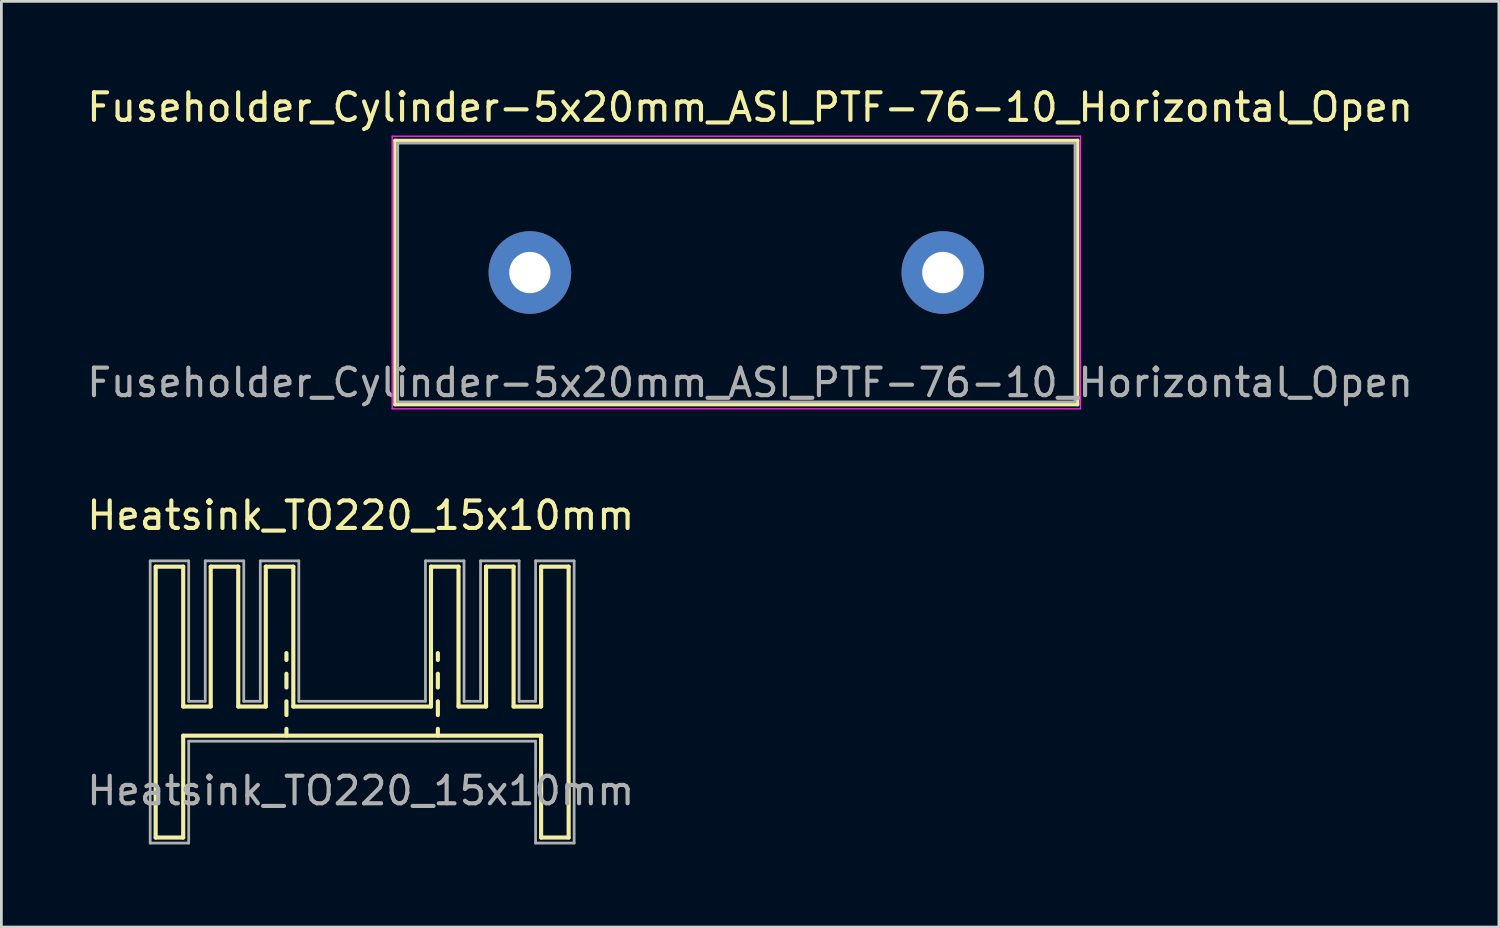
<source format=kicad_pcb>
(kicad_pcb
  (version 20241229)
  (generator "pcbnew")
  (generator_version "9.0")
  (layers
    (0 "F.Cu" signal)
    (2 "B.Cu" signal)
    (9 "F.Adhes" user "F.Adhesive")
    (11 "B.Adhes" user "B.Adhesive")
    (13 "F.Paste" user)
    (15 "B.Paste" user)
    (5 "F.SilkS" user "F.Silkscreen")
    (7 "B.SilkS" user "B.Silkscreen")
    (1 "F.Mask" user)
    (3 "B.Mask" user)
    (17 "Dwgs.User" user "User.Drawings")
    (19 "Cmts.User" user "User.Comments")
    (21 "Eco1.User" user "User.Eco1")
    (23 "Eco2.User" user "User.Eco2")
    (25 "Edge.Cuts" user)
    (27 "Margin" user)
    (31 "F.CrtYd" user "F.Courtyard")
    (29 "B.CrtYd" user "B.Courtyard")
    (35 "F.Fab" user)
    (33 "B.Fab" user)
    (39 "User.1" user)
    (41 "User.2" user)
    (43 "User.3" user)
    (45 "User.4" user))
  (footprint "Heatsink_TO220_15x10mm"
    (layer "F.Cu")
    (at 10.054 23.672)
    (property "Reference" "Heatsink_TO220_15x10mm" (at 0 -8 0) (layer "F.SilkS") (effects (font (size 1 1) (thickness 0.15))))
    (attr through_hole)
    (fp_line (start -7.45 -6.14) (end -7.45 3.7) (stroke (width 0.15) (type solid)) (layer "F.SilkS"))
    (fp_line (start -7.45 -6.14) (end -6.45 -6.14) (stroke (width 0.15) (type solid)) (layer "F.SilkS"))
    (fp_line (start -7.45 3.7) (end -6.45 3.7) (stroke (width 0.15) (type solid)) (layer "F.SilkS"))
    (fp_line (start -6.45 -6.14) (end -6.45 -1.06) (stroke (width 0.15) (type solid)) (layer "F.SilkS"))
    (fp_line (start -6.45 -1.06) (end -5.45 -1.06) (stroke (width 0.15) (type solid)) (layer "F.SilkS"))
    (fp_line (start -6.45 0) (end -6.45 3.7) (stroke (width 0.15) (type solid)) (layer "F.SilkS"))
    (fp_line (start -6.45 0) (end 6.55 0) (stroke (width 0.15) (type solid)) (layer "F.SilkS"))
    (fp_line (start -5.45 -6.14) (end -5.45 -1.06) (stroke (width 0.15) (type solid)) (layer "F.SilkS"))
    (fp_line (start -5.45 -6.14) (end -4.45 -6.14) (stroke (width 0.15) (type solid)) (layer "F.SilkS"))
    (fp_line (start -4.45 -6.14) (end -4.45 -1.06) (stroke (width 0.15) (type solid)) (layer "F.SilkS"))
    (fp_line (start -4.45 -1.06) (end -3.45 -1.06) (stroke (width 0.15) (type solid)) (layer "F.SilkS"))
    (fp_line (start -3.45 -6.14) (end -3.45 -1.06) (stroke (width 0.15) (type solid)) (layer "F.SilkS"))
    (fp_line (start -3.45 -6.14) (end -2.45 -6.14) (stroke (width 0.15) (type solid)) (layer "F.SilkS"))
    (fp_line (start -2.7 -2.75) (end -2.7 -3) (stroke (width 0.15) (type solid)) (layer "F.SilkS"))
    (fp_line (start -2.7 -2.25) (end -2.7 -1.75) (stroke (width 0.15) (type solid)) (layer "F.SilkS"))
    (fp_line (start -2.7 -1.25) (end -2.7 -0.75) (stroke (width 0.15) (type solid)) (layer "F.SilkS"))
    (fp_line (start -2.7 -0.25) (end -2.7 0) (stroke (width 0.15) (type solid)) (layer "F.SilkS"))
    (fp_line (start -2.45 -6.14) (end -2.45 -1.06) (stroke (width 0.15) (type solid)) (layer "F.SilkS"))
    (fp_line (start -2.45 -1.06) (end 2.55 -1.06) (stroke (width 0.15) (type solid)) (layer "F.SilkS"))
    (fp_line (start 2.55 -6.14) (end 2.55 -1.06) (stroke (width 0.15) (type solid)) (layer "F.SilkS"))
    (fp_line (start 2.55 -6.14) (end 3.55 -6.14) (stroke (width 0.15) (type solid)) (layer "F.SilkS"))
    (fp_line (start 2.8 -2.75) (end 2.8 -3) (stroke (width 0.15) (type solid)) (layer "F.SilkS"))
    (fp_line (start 2.8 -2.25) (end 2.8 -1.75) (stroke (width 0.15) (type solid)) (layer "F.SilkS"))
    (fp_line (start 2.8 -1.25) (end 2.8 -0.75) (stroke (width 0.15) (type solid)) (layer "F.SilkS"))
    (fp_line (start 2.8 -0.25) (end 2.8 0) (stroke (width 0.15) (type solid)) (layer "F.SilkS"))
    (fp_line (start 3.55 -6.14) (end 3.55 -1.06) (stroke (width 0.15) (type solid)) (layer "F.SilkS"))
    (fp_line (start 3.55 -1.06) (end 4.55 -1.06) (stroke (width 0.15) (type solid)) (layer "F.SilkS"))
    (fp_line (start 4.55 -6.14) (end 4.55 -1.06) (stroke (width 0.15) (type solid)) (layer "F.SilkS"))
    (fp_line (start 4.55 -6.14) (end 5.55 -6.14) (stroke (width 0.15) (type solid)) (layer "F.SilkS"))
    (fp_line (start 5.55 -6.14) (end 5.55 -1.06) (stroke (width 0.15) (type solid)) (layer "F.SilkS"))
    (fp_line (start 5.55 -1.06) (end 6.55 -1.06) (stroke (width 0.15) (type solid)) (layer "F.SilkS"))
    (fp_line (start 6.55 -6.14) (end 6.55 -1.06) (stroke (width 0.15) (type solid)) (layer "F.SilkS"))
    (fp_line (start 6.55 -6.14) (end 7.55 -6.14) (stroke (width 0.15) (type solid)) (layer "F.SilkS"))
    (fp_line (start 6.55 0) (end 6.55 3.7) (stroke (width 0.15) (type solid)) (layer "F.SilkS"))
    (fp_line (start 6.55 3.7) (end 7.55 3.7) (stroke (width 0.15) (type solid)) (layer "F.SilkS"))
    (fp_line (start 7.55 -6.14) (end 7.55 3.7) (stroke (width 0.15) (type solid)) (layer "F.SilkS"))
    (fp_line (start -7.65 -6.35) (end -6.25 -6.35) (stroke (width 0.1) (type solid)) (layer "F.Fab"))
    (fp_line (start -7.65 3.9) (end -7.65 -6.35) (stroke (width 0.1) (type solid)) (layer "F.Fab"))
    (fp_line (start -7.65 3.9) (end -6.25 3.9) (stroke (width 0.1) (type solid)) (layer "F.Fab"))
    (fp_line (start -6.25 -6.35) (end -6.25 -1.25) (stroke (width 0.1) (type solid)) (layer "F.Fab"))
    (fp_line (start -6.25 -1.25) (end -5.65 -1.25) (stroke (width 0.1) (type solid)) (layer "F.Fab"))
    (fp_line (start -6.25 0.2) (end -6.25 3.9) (stroke (width 0.1) (type solid)) (layer "F.Fab"))
    (fp_line (start -6.25 0.2) (end 6.35 0.2) (stroke (width 0.1) (type solid)) (layer "F.Fab"))
    (fp_line (start -5.65 -6.35) (end -4.25 -6.35) (stroke (width 0.1) (type solid)) (layer "F.Fab"))
    (fp_line (start -5.65 -1.25) (end -5.65 -6.35) (stroke (width 0.1) (type solid)) (layer "F.Fab"))
    (fp_line (start -4.25 -6.35) (end -4.25 -1.25) (stroke (width 0.1) (type solid)) (layer "F.Fab"))
    (fp_line (start -4.25 -1.25) (end -3.65 -1.25) (stroke (width 0.1) (type solid)) (layer "F.Fab"))
    (fp_line (start -3.65 -6.35) (end -2.25 -6.35) (stroke (width 0.1) (type solid)) (layer "F.Fab"))
    (fp_line (start -3.65 -1.25) (end -3.65 -6.35) (stroke (width 0.1) (type solid)) (layer "F.Fab"))
    (fp_line (start -2.25 -6.35) (end -2.25 -1.25) (stroke (width 0.1) (type solid)) (layer "F.Fab"))
    (fp_line (start -2.25 -1.25) (end 2.35 -1.25) (stroke (width 0.1) (type solid)) (layer "F.Fab"))
    (fp_line (start 2.35 -6.35) (end 3.75 -6.35) (stroke (width 0.1) (type solid)) (layer "F.Fab"))
    (fp_line (start 2.35 -1.25) (end 2.35 -6.35) (stroke (width 0.1) (type solid)) (layer "F.Fab"))
    (fp_line (start 3.75 -6.35) (end 3.75 -1.25) (stroke (width 0.1) (type solid)) (layer "F.Fab"))
    (fp_line (start 3.75 -1.25) (end 4.35 -1.25) (stroke (width 0.1) (type solid)) (layer "F.Fab"))
    (fp_line (start 4.35 -6.35) (end 5.75 -6.35) (stroke (width 0.1) (type solid)) (layer "F.Fab"))
    (fp_line (start 4.35 -1.25) (end 4.35 -6.35) (stroke (width 0.1) (type solid)) (layer "F.Fab"))
    (fp_line (start 5.75 -6.35) (end 5.75 -1.25) (stroke (width 0.1) (type solid)) (layer "F.Fab"))
    (fp_line (start 5.75 -1.25) (end 6.35 -1.25) (stroke (width 0.1) (type solid)) (layer "F.Fab"))
    (fp_line (start 6.35 -6.35) (end 7.75 -6.35) (stroke (width 0.1) (type solid)) (layer "F.Fab"))
    (fp_line (start 6.35 -1.25) (end 6.35 -6.35) (stroke (width 0.1) (type solid)) (layer "F.Fab"))
    (fp_line (start 6.35 0.2) (end 6.35 3.9) (stroke (width 0.1) (type solid)) (layer "F.Fab"))
    (fp_line (start 6.35 3.9) (end 7.75 3.9) (stroke (width 0.1) (type solid)) (layer "F.Fab"))
    (fp_line (start 7.75 -6.35) (end 7.75 3.9) (stroke (width 0.1) (type solid)) (layer "F.Fab"))
    (fp_text user "${REFERENCE}" (at 0 2 0) (layer "F.Fab") (effects (font (size 1 1) (thickness 0.15)))))
  (footprint "Fuseholder_Cylinder-5x20mm_ASI_PTF-76-10_Horizontal_Open"
    (layer "F.Cu")
    (at 16.196 6.848)
    (property "Reference" "Fuseholder_Cylinder-5x20mm_ASI_PTF-76-10_Horizontal_Open" (at 8 -6 0) (layer "F.SilkS") (effects (font (size 1 1) (thickness 0.15))))
    (attr through_hole)
    (fp_line (start -4.9 -4.8) (end 19.9 -4.8) (stroke (width 0.12) (type solid)) (layer "F.SilkS"))
    (fp_line (start -4.9 4.8) (end -4.9 -4.8) (stroke (width 0.12) (type solid)) (layer "F.SilkS"))
    (fp_line (start -4.9 4.8) (end 19.9 4.8) (stroke (width 0.12) (type solid)) (layer "F.SilkS"))
    (fp_line (start 19.9 4.8) (end 19.9 -4.8) (stroke (width 0.12) (type solid)) (layer "F.SilkS"))
    (fp_line (start -5 -4.95) (end 20 -4.95) (stroke (width 0.05) (type solid)) (layer "F.CrtYd"))
    (fp_line (start -5 4.95) (end -5 -4.95) (stroke (width 0.05) (type solid)) (layer "F.CrtYd"))
    (fp_line (start 20 -4.95) (end 20 4.95) (stroke (width 0.05) (type solid)) (layer "F.CrtYd"))
    (fp_line (start 20 4.95) (end -5 4.95) (stroke (width 0.05) (type solid)) (layer "F.CrtYd"))
    (fp_line (start -4.8 -4.7) (end -4.8 4.7) (stroke (width 0.1) (type solid)) (layer "F.Fab"))
    (fp_line (start -4.8 4.7) (end 19.8 4.7) (stroke (width 0.1) (type solid)) (layer "F.Fab"))
    (fp_line (start 19.8 -4.7) (end -4.8 -4.7) (stroke (width 0.1) (type solid)) (layer "F.Fab"))
    (fp_line (start 19.8 4.7) (end 19.8 -4.7) (stroke (width 0.1) (type solid)) (layer "F.Fab"))
    (fp_text user "${REFERENCE}" (at 8 4 0) (layer "F.Fab") (effects (font (size 1 1) (thickness 0.15))))
    (pad "1" thru_hole circle (at 0 0) (size 3 3) (drill 1.5) (layers "*.Cu" "*.Mask"))
    (pad "2" thru_hole circle (at 15 0) (size 3 3) (drill 1.5) (layers "*.Cu" "*.Mask")))
  (gr_rect
    (start -3 -3)
    (end 51.393 30.622)
    (stroke (width 0.1) (type default))
    (fill no)
    (layer "Edge.Cuts")))
</source>
